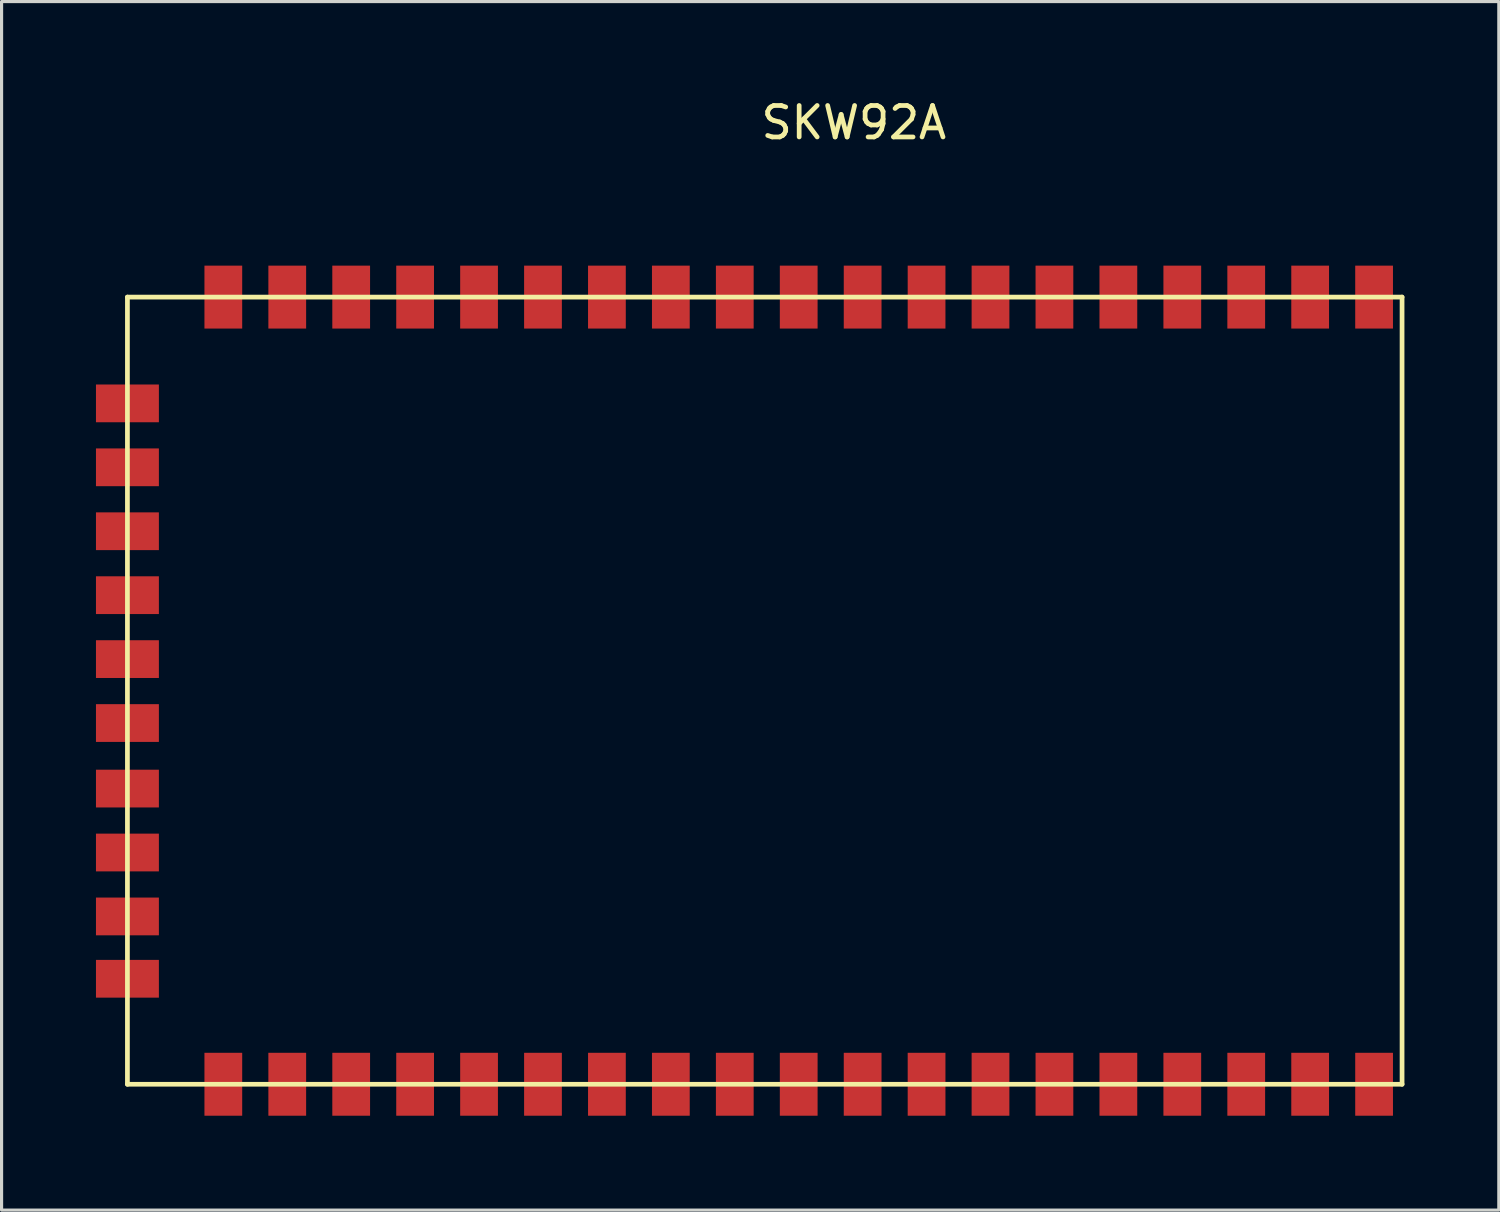
<source format=kicad_pcb>
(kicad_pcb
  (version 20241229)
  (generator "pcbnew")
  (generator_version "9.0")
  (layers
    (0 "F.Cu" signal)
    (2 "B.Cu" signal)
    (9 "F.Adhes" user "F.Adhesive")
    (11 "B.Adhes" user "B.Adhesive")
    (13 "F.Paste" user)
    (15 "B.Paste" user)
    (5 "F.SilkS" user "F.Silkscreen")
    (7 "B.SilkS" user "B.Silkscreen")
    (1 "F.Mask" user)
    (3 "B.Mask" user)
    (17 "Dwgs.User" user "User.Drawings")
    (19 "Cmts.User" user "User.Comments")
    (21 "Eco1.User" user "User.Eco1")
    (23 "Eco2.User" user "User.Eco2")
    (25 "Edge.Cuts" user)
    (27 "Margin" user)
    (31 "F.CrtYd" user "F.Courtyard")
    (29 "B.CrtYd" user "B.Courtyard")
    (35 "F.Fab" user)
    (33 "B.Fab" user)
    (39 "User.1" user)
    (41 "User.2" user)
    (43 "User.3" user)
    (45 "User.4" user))
  (footprint "SKW92A"
    (layer "F.Cu")
    (at 1 31.412)
    (property "Reference" "SKW92A" (at 23.089 -30.564 0) (layer "F.SilkS") (effects (font (size 1 1) (thickness 0.15))))
    (attr through_hole)
    (fp_line (start 0 -25.019) (end 0 0) (stroke (width 0.15) (type solid)) (layer "F.SilkS"))
    (fp_line (start 0 0) (end 40.513 0) (stroke (width 0.15) (type solid)) (layer "F.SilkS"))
    (fp_line (start 40.513 -25.019) (end 0 -25.019) (stroke (width 0.15) (type solid)) (layer "F.SilkS"))
    (fp_line (start 40.513 0) (end 40.513 -25.019) (stroke (width 0.15) (type solid)) (layer "F.SilkS"))
    (pad "1" smd rect (at 39.624 -25.019) (size 1.2 2) (layers "F.Cu" "F.Mask" "F.Paste"))
    (pad "2" smd rect (at 37.592 -25.019) (size 1.2 2) (layers "F.Cu" "F.Mask" "F.Paste"))
    (pad "3" smd rect (at 35.56 -25.019) (size 1.2 2) (layers "F.Cu" "F.Mask" "F.Paste"))
    (pad "4" smd rect (at 33.528 -25.019) (size 1.2 2) (layers "F.Cu" "F.Mask" "F.Paste"))
    (pad "5" smd rect (at 31.496 -25.019) (size 1.2 2) (layers "F.Cu" "F.Mask" "F.Paste"))
    (pad "6" smd rect (at 29.464 -25.019) (size 1.2 2) (layers "F.Cu" "F.Mask" "F.Paste"))
    (pad "7" smd rect (at 27.432 -25.019) (size 1.2 2) (layers "F.Cu" "F.Mask" "F.Paste"))
    (pad "8" smd rect (at 25.4 -25.019) (size 1.2 2) (layers "F.Cu" "F.Mask" "F.Paste"))
    (pad "9" smd rect (at 23.368 -25.019) (size 1.2 2) (layers "F.Cu" "F.Mask" "F.Paste"))
    (pad "10" smd rect (at 21.336 -25.019) (size 1.2 2) (layers "F.Cu" "F.Mask" "F.Paste"))
    (pad "11" smd rect (at 19.304 -25.019) (size 1.2 2) (layers "F.Cu" "F.Mask" "F.Paste"))
    (pad "12" smd rect (at 17.272 -25.019) (size 1.2 2) (layers "F.Cu" "F.Mask" "F.Paste"))
    (pad "13" smd rect (at 15.24 -25.019) (size 1.2 2) (layers "F.Cu" "F.Mask" "F.Paste"))
    (pad "14" smd rect (at 13.208 -25.019) (size 1.2 2) (layers "F.Cu" "F.Mask" "F.Paste"))
    (pad "15" smd rect (at 11.176 -25.019) (size 1.2 2) (layers "F.Cu" "F.Mask" "F.Paste"))
    (pad "16" smd rect (at 9.144 -25.019) (size 1.2 2) (layers "F.Cu" "F.Mask" "F.Paste"))
    (pad "17" smd rect (at 7.112 -25.019) (size 1.2 2) (layers "F.Cu" "F.Mask" "F.Paste"))
    (pad "18" smd rect (at 5.08 -25.019) (size 1.2 2) (layers "F.Cu" "F.Mask" "F.Paste"))
    (pad "19" smd rect (at 3.048 -25.019) (size 1.2 2) (layers "F.Cu" "F.Mask" "F.Paste"))
    (pad "20" smd rect (at 0 -21.641) (size 2 1.2) (layers "F.Cu" "F.Mask" "F.Paste"))
    (pad "21" smd rect (at 0 -19.609) (size 2 1.2) (layers "F.Cu" "F.Mask" "F.Paste"))
    (pad "22" smd rect (at 0 -17.577) (size 2 1.2) (layers "F.Cu" "F.Mask" "F.Paste"))
    (pad "23" smd rect (at 0 -15.545) (size 2 1.2) (layers "F.Cu" "F.Mask" "F.Paste"))
    (pad "24" smd rect (at 0 -13.513) (size 2 1.2) (layers "F.Cu" "F.Mask" "F.Paste"))
    (pad "25" smd rect (at 0 -11.481) (size 2 1.2) (layers "F.Cu" "F.Mask" "F.Paste"))
    (pad "26" smd rect (at 0 -9.398) (size 2 1.2) (layers "F.Cu" "F.Mask" "F.Paste"))
    (pad "27" smd rect (at 0 -7.366) (size 2 1.2) (layers "F.Cu" "F.Mask" "F.Paste"))
    (pad "28" smd rect (at 0 -5.334) (size 2 1.2) (layers "F.Cu" "F.Mask" "F.Paste"))
    (pad "29" smd rect (at 0 -3.353) (size 2 1.2) (layers "F.Cu" "F.Mask" "F.Paste"))
    (pad "30" smd rect (at 3.048 0) (size 1.2 2) (layers "F.Cu" "F.Mask" "F.Paste"))
    (pad "31" smd rect (at 5.08 0) (size 1.2 2) (layers "F.Cu" "F.Mask" "F.Paste"))
    (pad "32" smd rect (at 7.112 0) (size 1.2 2) (layers "F.Cu" "F.Mask" "F.Paste"))
    (pad "33" smd rect (at 9.144 0) (size 1.2 2) (layers "F.Cu" "F.Mask" "F.Paste"))
    (pad "34" smd rect (at 11.176 0) (size 1.2 2) (layers "F.Cu" "F.Mask" "F.Paste"))
    (pad "35" smd rect (at 13.208 0) (size 1.2 2) (layers "F.Cu" "F.Mask" "F.Paste"))
    (pad "36" smd rect (at 15.24 0) (size 1.2 2) (layers "F.Cu" "F.Mask" "F.Paste"))
    (pad "37" smd rect (at 17.272 0) (size 1.2 2) (layers "F.Cu" "F.Mask" "F.Paste"))
    (pad "38" smd rect (at 19.304 0) (size 1.2 2) (layers "F.Cu" "F.Mask" "F.Paste"))
    (pad "39" smd rect (at 21.336 0) (size 1.2 2) (layers "F.Cu" "F.Mask" "F.Paste"))
    (pad "40" smd rect (at 23.368 0) (size 1.2 2) (layers "F.Cu" "F.Mask" "F.Paste"))
    (pad "41" smd rect (at 25.4 0) (size 1.2 2) (layers "F.Cu" "F.Mask" "F.Paste"))
    (pad "42" smd rect (at 27.432 0) (size 1.2 2) (layers "F.Cu" "F.Mask" "F.Paste"))
    (pad "43" smd rect (at 29.464 0) (size 1.2 2) (layers "F.Cu" "F.Mask" "F.Paste"))
    (pad "44" smd rect (at 31.496 0) (size 1.2 2) (layers "F.Cu" "F.Mask" "F.Paste"))
    (pad "45" smd rect (at 33.528 0) (size 1.2 2) (layers "F.Cu" "F.Mask" "F.Paste"))
    (pad "46" smd rect (at 35.56 0) (size 1.2 2) (layers "F.Cu" "F.Mask" "F.Paste"))
    (pad "47" smd rect (at 37.592 0) (size 1.2 2) (layers "F.Cu" "F.Mask" "F.Paste"))
    (pad "48" smd rect (at 39.624 0) (size 1.2 2) (layers "F.Cu" "F.Mask" "F.Paste")))
  (gr_rect
    (start -3 -3)
    (end 44.588 35.412)
    (stroke (width 0.1) (type default))
    (fill no)
    (layer "Edge.Cuts")))
</source>
